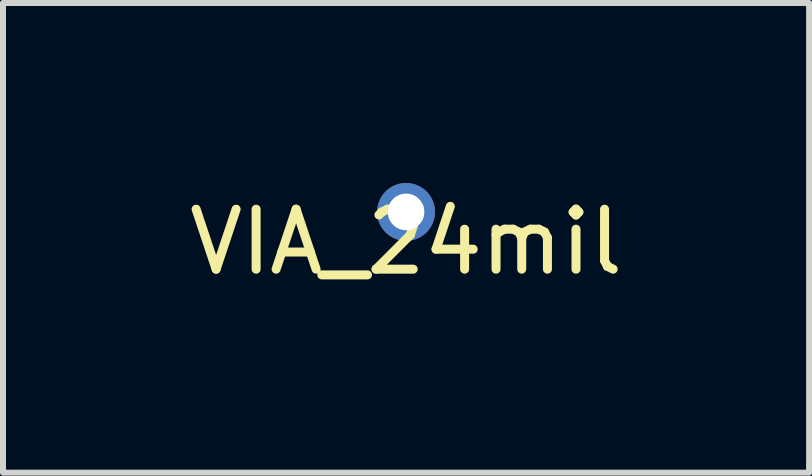
<source format=kicad_pcb>
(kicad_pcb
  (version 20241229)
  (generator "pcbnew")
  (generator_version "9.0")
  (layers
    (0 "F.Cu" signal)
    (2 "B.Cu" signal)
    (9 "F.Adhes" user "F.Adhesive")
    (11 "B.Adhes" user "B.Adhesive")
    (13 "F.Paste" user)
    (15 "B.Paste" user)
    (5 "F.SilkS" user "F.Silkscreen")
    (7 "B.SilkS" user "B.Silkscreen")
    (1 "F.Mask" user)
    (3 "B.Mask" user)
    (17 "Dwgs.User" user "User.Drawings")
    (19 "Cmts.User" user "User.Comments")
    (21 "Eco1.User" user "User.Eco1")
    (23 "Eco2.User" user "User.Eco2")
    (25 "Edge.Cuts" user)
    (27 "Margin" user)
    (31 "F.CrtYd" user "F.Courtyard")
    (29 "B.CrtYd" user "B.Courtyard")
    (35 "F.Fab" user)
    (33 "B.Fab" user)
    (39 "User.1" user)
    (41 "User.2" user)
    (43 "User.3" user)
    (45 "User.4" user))
  (footprint "VIA_24mil"
    (layer "F.Cu")
    (at 3.72 0.483)
    (property "Reference" "VIA_24mil" (at 0 0.5 0) (layer "F.SilkS") (effects (font (size 1 1) (thickness 0.15))))
    (attr through_hole)
    (pad "1" thru_hole circle (at 0 0) (size 0.965 0.965) (drill 0.61) (layers "*.Cu")))
  (gr_rect
    (start -3 -3)
    (end 10.44 4.831)
    (stroke (width 0.1) (type default))
    (fill no)
    (layer "Edge.Cuts")))
</source>
